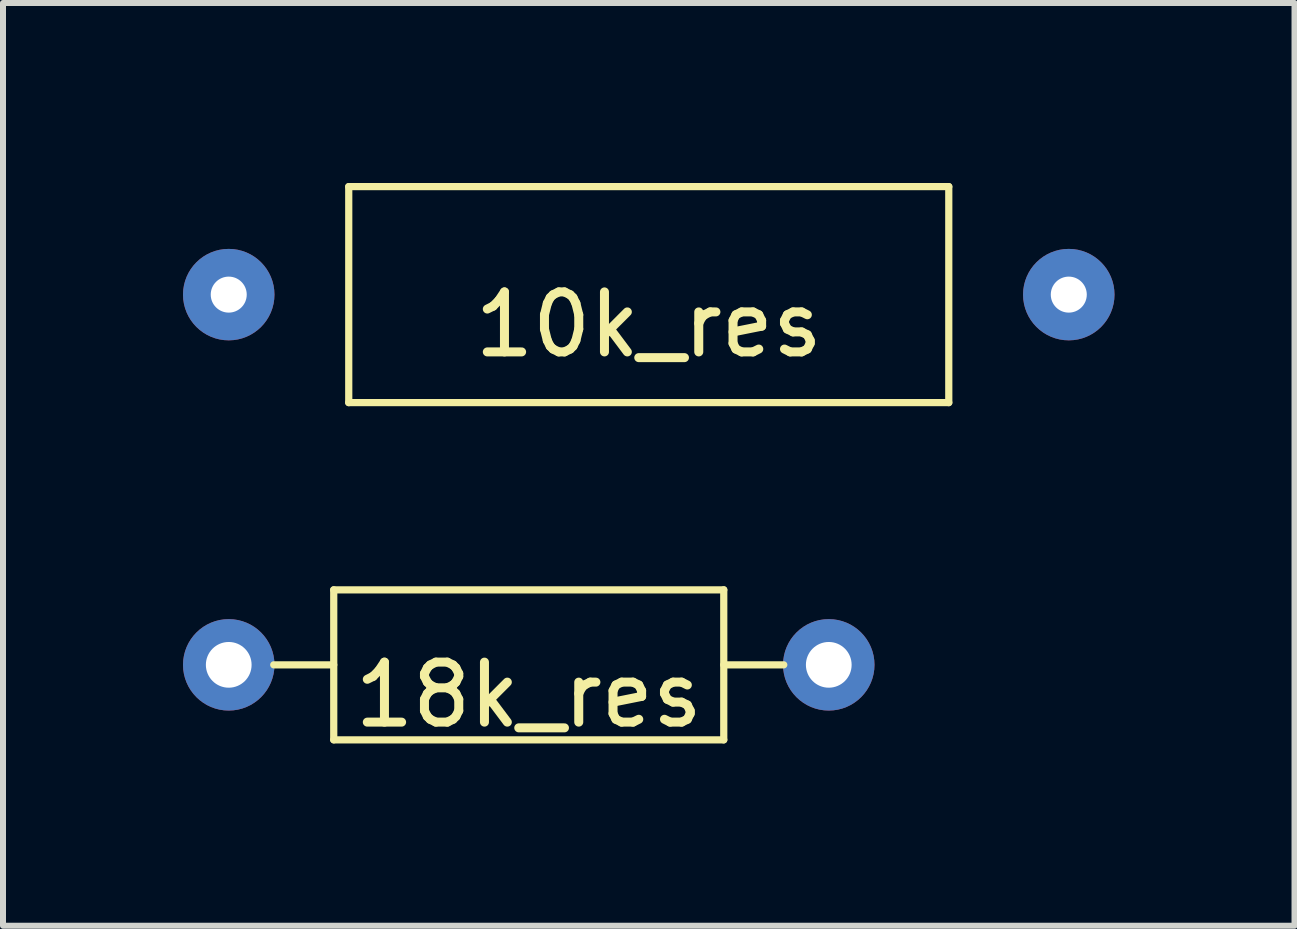
<source format=kicad_pcb>
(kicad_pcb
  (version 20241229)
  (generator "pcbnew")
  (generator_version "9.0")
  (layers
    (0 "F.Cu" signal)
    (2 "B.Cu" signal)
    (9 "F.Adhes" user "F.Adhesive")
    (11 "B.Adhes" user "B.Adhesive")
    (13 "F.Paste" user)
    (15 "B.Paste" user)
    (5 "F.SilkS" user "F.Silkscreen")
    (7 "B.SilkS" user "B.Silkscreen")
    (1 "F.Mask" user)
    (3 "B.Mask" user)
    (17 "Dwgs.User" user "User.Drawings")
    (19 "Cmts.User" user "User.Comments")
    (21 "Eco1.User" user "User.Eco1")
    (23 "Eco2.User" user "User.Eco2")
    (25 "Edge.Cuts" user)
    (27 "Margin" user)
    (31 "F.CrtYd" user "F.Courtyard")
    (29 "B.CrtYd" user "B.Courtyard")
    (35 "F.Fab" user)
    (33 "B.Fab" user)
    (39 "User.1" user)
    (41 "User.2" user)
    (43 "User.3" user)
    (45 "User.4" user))
  (footprint "18k_res"
    (layer "F.Cu")
    (at 5.762 8.03)
    (property "Reference" "18k_res" (at 0 0.5 0) (layer "F.SilkS") (effects (font (size 1 1) (thickness 0.15))))
    (attr through_hole)
    (fp_line (start -3.25 -1.25) (end 3.25 -1.25) (stroke (width 0.12) (type solid)) (layer "F.SilkS"))
    (fp_line (start -3.25 0) (end -4.25 0) (stroke (width 0.12) (type solid)) (layer "F.SilkS"))
    (fp_line (start -3.25 1.25) (end -3.25 -1.25) (stroke (width 0.12) (type solid)) (layer "F.SilkS"))
    (fp_line (start 3.25 -1.25) (end 3.25 1.25) (stroke (width 0.12) (type solid)) (layer "F.SilkS"))
    (fp_line (start 3.25 0) (end 4.25 0) (stroke (width 0.12) (type solid)) (layer "F.SilkS"))
    (fp_line (start 3.25 1.25) (end -3.25 1.25) (stroke (width 0.12) (type solid)) (layer "F.SilkS"))
    (pad "1" thru_hole circle (at -5 0) (size 1.524 1.524) (drill 0.762) (layers "*.Cu" "*.Mask"))
    (pad "2" thru_hole circle (at 5 0) (size 1.524 1.524) (drill 0.762) (layers "*.Cu" "*.Mask")))
  (footprint "10k_res"
    (layer "F.Cu")
    (at 7.762 1.86)
    (property "Reference" "10k_res" (at 0 0.5 0) (layer "F.SilkS") (effects (font (size 1 1) (thickness 0.15))))
    (attr through_hole)
    (fp_line (start -5 -1.8) (end -5 1.8) (stroke (width 0.12) (type solid)) (layer "F.SilkS"))
    (fp_line (start -5 1.8) (end 5 1.8) (stroke (width 0.12) (type solid)) (layer "F.SilkS"))
    (fp_line (start 5 -1.8) (end -5 -1.8) (stroke (width 0.12) (type solid)) (layer "F.SilkS"))
    (fp_line (start 5 1.8) (end 5 -1.8) (stroke (width 0.12) (type solid)) (layer "F.SilkS"))
    (pad "1" thru_hole circle (at -7 0) (size 1.524 1.524) (drill 0.6) (layers "*.Cu" "*.Mask"))
    (pad "2" thru_hole circle (at 7 0) (size 1.524 1.524) (drill 0.6) (layers "*.Cu" "*.Mask")))
  (gr_rect
    (start -3 -3)
    (end 18.524 12.378)
    (stroke (width 0.1) (type default))
    (fill no)
    (layer "Edge.Cuts")))
</source>
